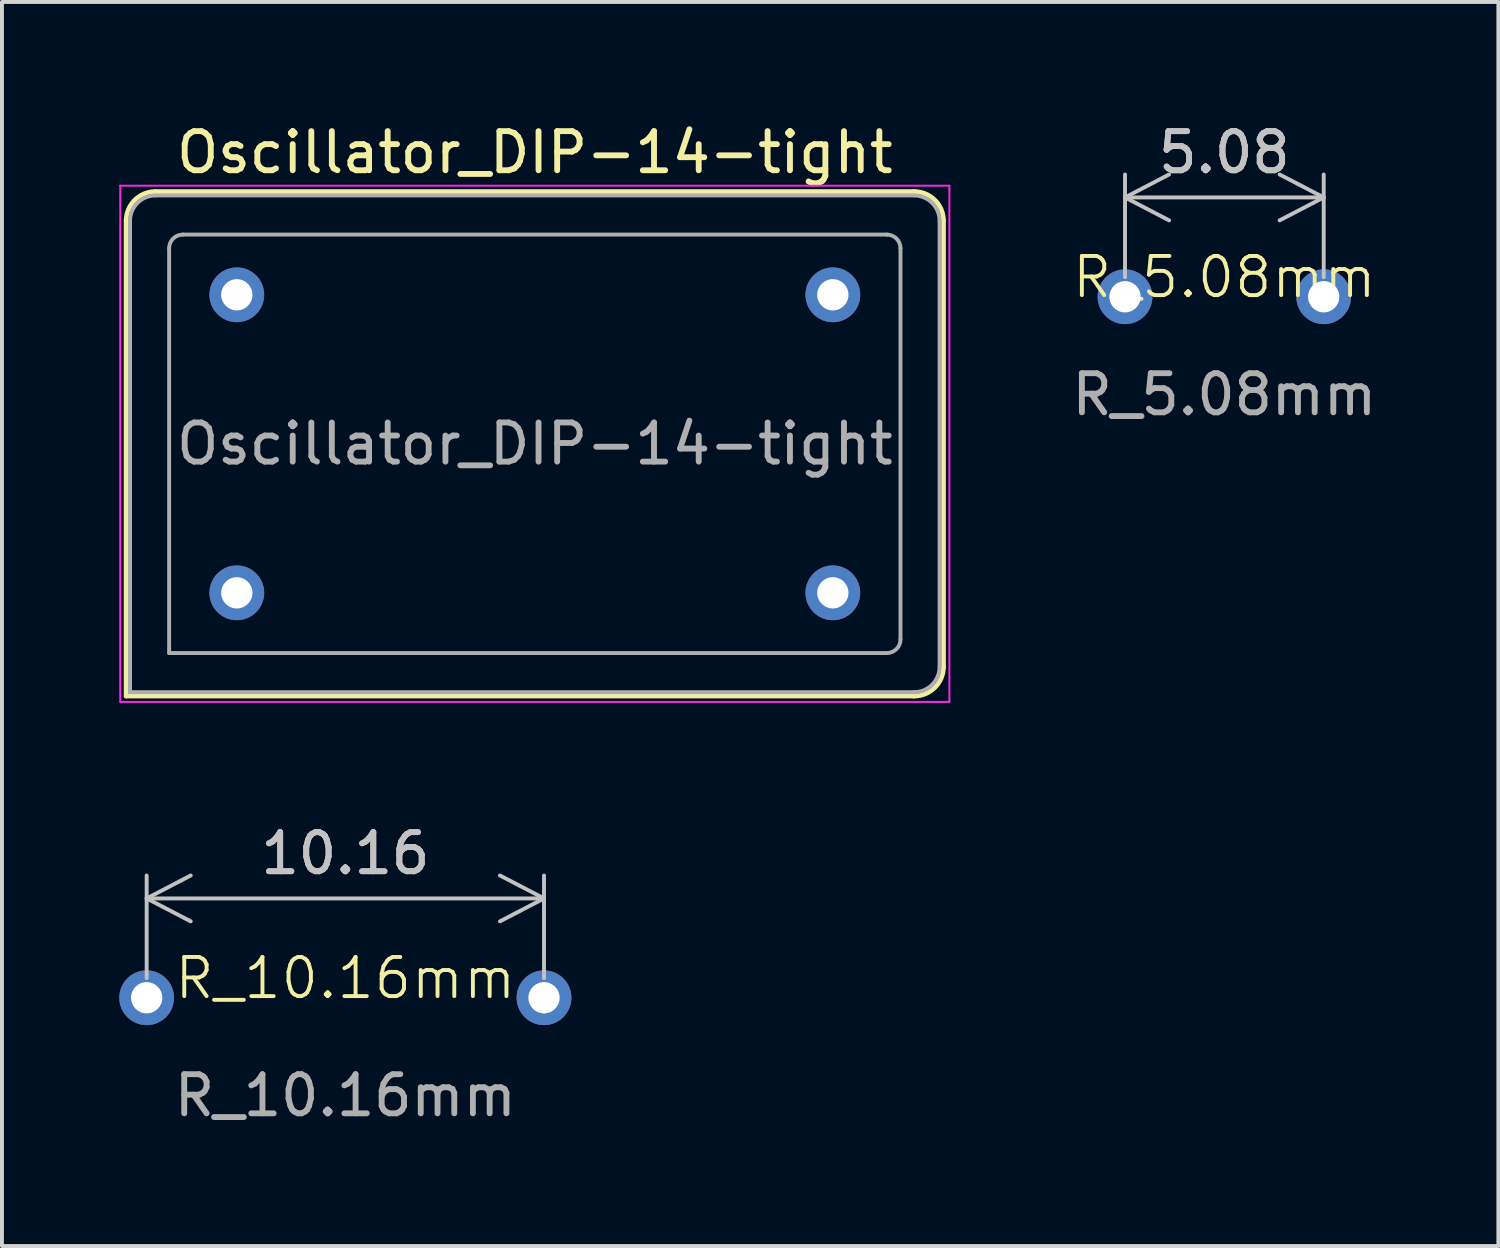
<source format=kicad_pcb>
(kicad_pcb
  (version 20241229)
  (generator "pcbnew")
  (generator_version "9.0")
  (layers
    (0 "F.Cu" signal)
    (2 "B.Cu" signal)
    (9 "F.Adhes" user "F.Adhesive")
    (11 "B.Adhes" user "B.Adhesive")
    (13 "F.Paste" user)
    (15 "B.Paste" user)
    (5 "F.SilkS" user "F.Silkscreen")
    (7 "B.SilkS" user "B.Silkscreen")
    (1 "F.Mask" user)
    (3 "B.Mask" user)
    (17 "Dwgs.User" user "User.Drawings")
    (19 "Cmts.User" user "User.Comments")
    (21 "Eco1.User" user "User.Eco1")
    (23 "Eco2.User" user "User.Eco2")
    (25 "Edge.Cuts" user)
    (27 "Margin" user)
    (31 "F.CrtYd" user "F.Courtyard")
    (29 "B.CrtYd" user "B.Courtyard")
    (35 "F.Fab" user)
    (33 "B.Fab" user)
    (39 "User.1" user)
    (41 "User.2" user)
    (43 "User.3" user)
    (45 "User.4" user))
  (footprint "Oscillator_DIP-14-tight"
    (layer "F.Cu")
    (at 3.005 12.108)
    (property "Reference" "Oscillator_DIP-14-tight" (at 7.62 -11.26 0) (layer "F.SilkS") (effects (font (size 1 1) (thickness 0.15))))
    (attr through_hole)
    (fp_line (start -2.83 -9.51) (end -2.83 2.64) (stroke (width 0.12) (type solid)) (layer "F.SilkS"))
    (fp_line (start -2.83 2.64) (end 17.32 2.64) (stroke (width 0.12) (type solid)) (layer "F.SilkS"))
    (fp_line (start 17.32 -10.26) (end -2.08 -10.26) (stroke (width 0.12) (type solid)) (layer "F.SilkS"))
    (fp_line (start 18.07 1.89) (end 18.07 -9.51) (stroke (width 0.12) (type solid)) (layer "F.SilkS"))
    (fp_arc (start -2.83 -9.51) (mid -2.61033 -10.04033) (end -2.08 -10.26) (stroke (width 0.12) (type solid)) (layer "F.SilkS"))
    (fp_arc (start 17.32 -10.26) (mid 17.85033 -10.04033) (end 18.07 -9.51) (stroke (width 0.12) (type solid)) (layer "F.SilkS"))
    (fp_arc (start 18.07 1.89) (mid 17.85033 2.42033) (end 17.32 2.64) (stroke (width 0.12) (type solid)) (layer "F.SilkS"))
    (fp_line (start -2.98 -10.41) (end -2.98 2.79) (stroke (width 0.05) (type solid)) (layer "F.CrtYd"))
    (fp_line (start -2.98 2.79) (end 18.22 2.79) (stroke (width 0.05) (type solid)) (layer "F.CrtYd"))
    (fp_line (start 18.22 -10.41) (end -2.98 -10.41) (stroke (width 0.05) (type solid)) (layer "F.CrtYd"))
    (fp_line (start 18.22 2.79) (end 18.22 -10.41) (stroke (width 0.05) (type solid)) (layer "F.CrtYd"))
    (fp_line (start -2.73 2.54) (end -2.73 -9.51) (stroke (width 0.1) (type solid)) (layer "F.Fab"))
    (fp_line (start -2.73 2.54) (end 17.32 2.54) (stroke (width 0.1) (type solid)) (layer "F.Fab"))
    (fp_line (start -2.08 -10.16) (end 17.32 -10.16) (stroke (width 0.1) (type solid)) (layer "F.Fab"))
    (fp_line (start -1.73 1.54) (end -1.73 -8.81) (stroke (width 0.1) (type solid)) (layer "F.Fab"))
    (fp_line (start -1.73 1.54) (end 16.62 1.54) (stroke (width 0.1) (type solid)) (layer "F.Fab"))
    (fp_line (start -1.38 -9.16) (end 16.62 -9.16) (stroke (width 0.1) (type solid)) (layer "F.Fab"))
    (fp_line (start 16.97 1.19) (end 16.97 -8.81) (stroke (width 0.1) (type solid)) (layer "F.Fab"))
    (fp_line (start 17.97 -9.51) (end 17.97 1.89) (stroke (width 0.1) (type solid)) (layer "F.Fab"))
    (fp_arc (start -2.73 -9.51) (mid -2.539619 -9.969619) (end -2.08 -10.16) (stroke (width 0.1) (type solid)) (layer "F.Fab"))
    (fp_arc (start -1.73 -8.81) (mid -1.627487 -9.057487) (end -1.38 -9.16) (stroke (width 0.1) (type solid)) (layer "F.Fab"))
    (fp_arc (start 16.62 -9.16) (mid 16.867487 -9.057487) (end 16.97 -8.81) (stroke (width 0.1) (type solid)) (layer "F.Fab"))
    (fp_arc (start 16.97 1.19) (mid 16.867487 1.437487) (end 16.62 1.54) (stroke (width 0.1) (type solid)) (layer "F.Fab"))
    (fp_arc (start 17.32 -10.16) (mid 17.779619 -9.969619) (end 17.97 -9.51) (stroke (width 0.1) (type solid)) (layer "F.Fab"))
    (fp_arc (start 17.97 1.89) (mid 17.779619 2.349619) (end 17.32 2.54) (stroke (width 0.1) (type solid)) (layer "F.Fab"))
    (fp_text user "${REFERENCE}" (at 7.62 -3.81 0) (layer "F.Fab") (effects (font (size 1 1) (thickness 0.15))))
    (pad "1" thru_hole circle (at 0 0) (size 1.4 1.4) (drill 0.8) (layers "*.Cu" "*.Mask"))
    (pad "7" thru_hole circle (at 15.24 0) (size 1.4 1.4) (drill 0.8) (layers "*.Cu" "*.Mask"))
    (pad "8" thru_hole circle (at 15.24 -7.62) (size 1.4 1.4) (drill 0.8) (layers "*.Cu" "*.Mask"))
    (pad "14" thru_hole circle (at 0 -7.62) (size 1.4 1.4) (drill 0.8) (layers "*.Cu" "*.Mask")))
  (footprint "R_5.08mm"
    (layer "F.Cu")
    (at 28.256 4.538)
    (property "Reference" "R_5.08mm" (at 0 -0.5 0) (unlocked yes) (layer "F.SilkS") (effects (font (size 1 1) (thickness 0.1))))
    (attr through_hole)
    (fp_text user "${REFERENCE}" (at 0 2.5 0) (unlocked yes) (layer "F.Fab") (effects (font (size 1 1) (thickness 0.15))))
    (dimension (type orthogonal) (layer "Dwgs.User") (pts (xy 25.716 4.538) (xy 30.796 4.538)) (height -2.54) (orientation 0) (format (prefix "") (suffix "") (units 3) (units_format 0) (precision 4) (suppress_zeroes yes)) (style (thickness 0.1) (arrow_length 1.27) (text_position_mode 0) (arrow_direction outward) (extension_height 0.586) (extension_offset 0.5) (keep_text_aligned yes)) (gr_text "5.08" (at 28.256 0.848 0) (layer "Dwgs.User") (effects (font (size 1 1) (thickness 0.15)))))
    (pad "1" thru_hole circle (at -2.54 0) (size 1.4 1.4) (drill 0.8) (layers "*.Cu" "*.Mask"))
    (pad "2" thru_hole circle (at 2.54 0) (size 1.4 1.4) (drill 0.8) (layers "*.Cu" "*.Mask")))
  (footprint "R_10.16mm"
    (layer "F.Cu")
    (at 5.78 22.462)
    (property "Reference" "R_10.16mm" (at 0 -0.5 0) (unlocked yes) (layer "F.SilkS") (effects (font (size 1 1) (thickness 0.1))))
    (attr through_hole)
    (fp_text user "${REFERENCE}" (at 0 2.5 0) (unlocked yes) (layer "F.Fab") (effects (font (size 1 1) (thickness 0.15))))
    (dimension (type orthogonal) (layer "Dwgs.User") (pts (xy 0.7 22.462) (xy 10.86 22.462)) (height -2.54) (orientation 0) (format (prefix "") (suffix "") (units 3) (units_format 0) (precision 4) (suppress_zeroes yes)) (style (thickness 0.1) (arrow_length 1.27) (text_position_mode 0) (arrow_direction outward) (extension_height 0.586) (extension_offset 0.5) (keep_text_aligned yes)) (gr_text "10.16" (at 5.78 18.771 0) (layer "Dwgs.User") (effects (font (size 1 1) (thickness 0.15)))))
    (pad "1" thru_hole circle (at -5.08 0) (size 1.4 1.4) (drill 0.8) (layers "*.Cu" "*.Mask"))
    (pad "2" thru_hole circle (at 5.08 0) (size 1.4 1.4) (drill 0.8) (layers "*.Cu" "*.Mask")))
  (gr_rect
    (start -3 -3)
    (end 35.262 28.81)
    (stroke (width 0.1) (type default))
    (fill no)
    (layer "Edge.Cuts")))
</source>
